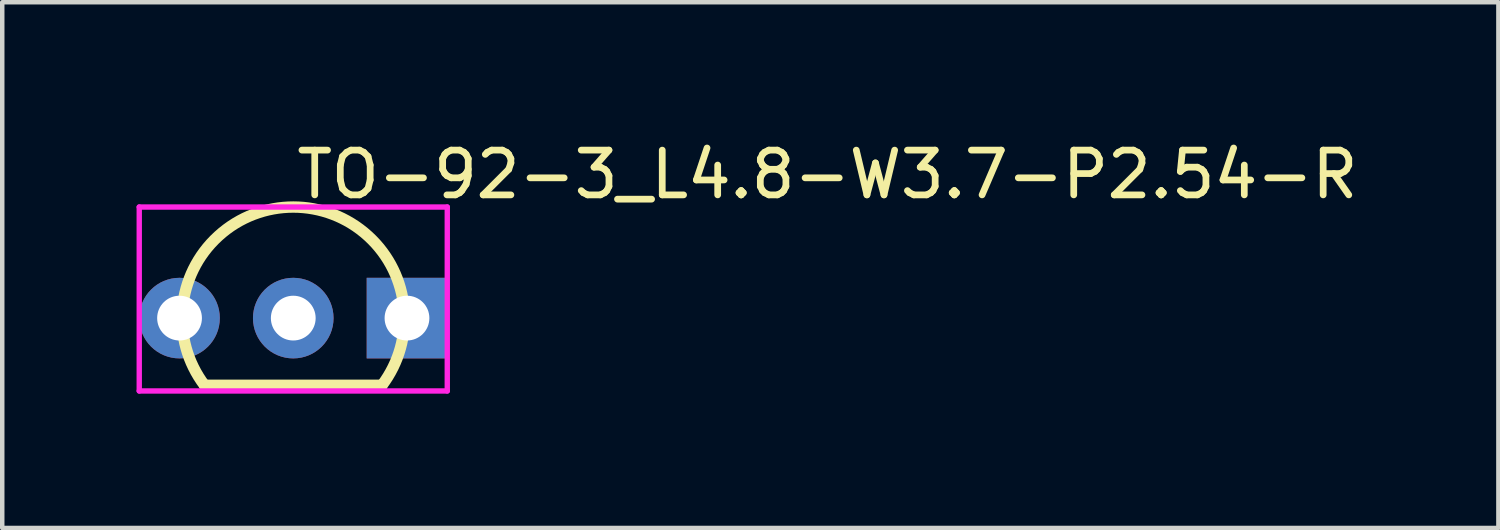
<source format=kicad_pcb>
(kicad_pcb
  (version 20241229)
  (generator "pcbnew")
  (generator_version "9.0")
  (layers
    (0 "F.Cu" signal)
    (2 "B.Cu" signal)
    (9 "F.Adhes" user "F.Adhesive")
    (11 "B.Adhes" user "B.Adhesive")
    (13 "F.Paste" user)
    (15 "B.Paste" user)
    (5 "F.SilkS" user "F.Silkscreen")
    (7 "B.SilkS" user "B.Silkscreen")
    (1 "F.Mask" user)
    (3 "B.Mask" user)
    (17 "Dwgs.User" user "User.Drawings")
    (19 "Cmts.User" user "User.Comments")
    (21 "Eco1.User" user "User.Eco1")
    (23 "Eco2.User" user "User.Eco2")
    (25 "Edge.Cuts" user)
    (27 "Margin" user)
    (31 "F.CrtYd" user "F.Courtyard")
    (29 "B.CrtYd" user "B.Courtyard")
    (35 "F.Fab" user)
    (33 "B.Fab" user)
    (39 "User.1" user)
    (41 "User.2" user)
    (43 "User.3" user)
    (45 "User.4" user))
  (footprint "TO-92-3_L4.8-W3.7-P2.54-R"
    (layer "F.Cu")
    (at 3.5 4.055)
    (property "Reference" "TO-92-3_L4.8-W3.7-P2.54-R" (at 0 -3.207 0) (layer "F.SilkS") (effects (font (size 1 1) (thickness 0.15)) (justify left)))
    (attr through_hole)
    (fp_line (start 1.98 1.5) (end -1.98 1.5) (stroke (width 0.254) (type solid)) (layer "F.SilkS"))
    (fp_arc (start -1.981 1.501) (mid 0.000196 -2.480619) (end 1.980763 1.501313) (stroke (width 0.254) (type solid)) (layer "F.SilkS"))
    (fp_circle (center -2.54 0) (end -2.34 0) (stroke (width 0.4) (type solid)) (fill no) (layer "Eco2.User"))
    (fp_circle (center 0 0) (end 0.2 0) (stroke (width 0.4) (type solid)) (fill no) (layer "Eco2.User"))
    (fp_circle (center 2.54 0) (end 2.74 0) (stroke (width 0.4) (type solid)) (fill no) (layer "Eco2.User"))
    (fp_circle (center 3.44 -2.481) (end 3.47 -2.481) (stroke (width 0.06) (type solid)) (fill no) (layer "Eco2.User"))
    (fp_line (start -3.44 -2.481) (end 3.44 -2.481) (stroke (width 0.12) (type solid)) (layer "F.CrtYd"))
    (fp_line (start -3.44 1.627) (end -3.44 -2.481) (stroke (width 0.12) (type solid)) (layer "F.CrtYd"))
    (fp_line (start 3.44 -2.481) (end 3.44 1.627) (stroke (width 0.12) (type solid)) (layer "F.CrtYd"))
    (fp_line (start 3.44 1.627) (end -3.44 1.627) (stroke (width 0.12) (type solid)) (layer "F.CrtYd"))
    (pad "1" thru_hole rect (at 2.54 0 270) (size 1.8 1.8) (drill 1) (layers "*.Cu" "*.Mask"))
    (pad "2" thru_hole circle (at 0 0 270) (size 1.8 1.8) (drill 1) (layers "*.Cu" "*.Mask"))
    (pad "3" thru_hole circle (at -2.54 0 270) (size 1.8 1.8) (drill 1) (layers "*.Cu" "*.Mask")))
  (gr_rect
    (start -3 -3)
    (end 30.417 8.742)
    (stroke (width 0.1) (type default))
    (fill no)
    (layer "Edge.Cuts")))
</source>
